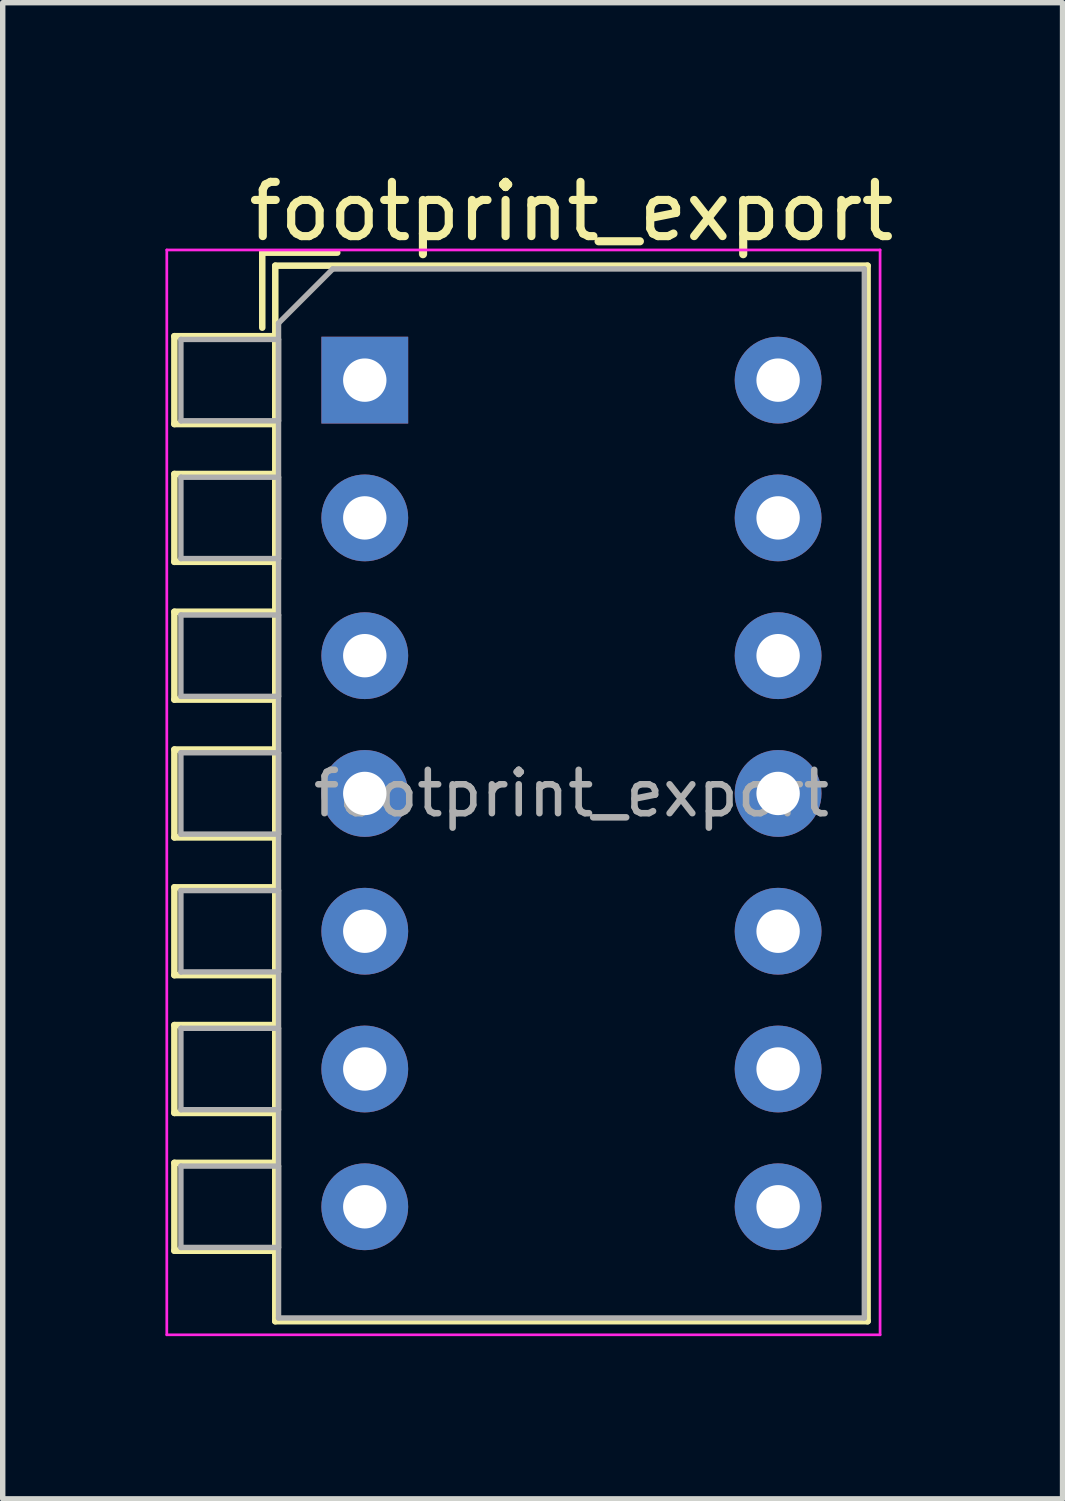
<source format=kicad_pcb>
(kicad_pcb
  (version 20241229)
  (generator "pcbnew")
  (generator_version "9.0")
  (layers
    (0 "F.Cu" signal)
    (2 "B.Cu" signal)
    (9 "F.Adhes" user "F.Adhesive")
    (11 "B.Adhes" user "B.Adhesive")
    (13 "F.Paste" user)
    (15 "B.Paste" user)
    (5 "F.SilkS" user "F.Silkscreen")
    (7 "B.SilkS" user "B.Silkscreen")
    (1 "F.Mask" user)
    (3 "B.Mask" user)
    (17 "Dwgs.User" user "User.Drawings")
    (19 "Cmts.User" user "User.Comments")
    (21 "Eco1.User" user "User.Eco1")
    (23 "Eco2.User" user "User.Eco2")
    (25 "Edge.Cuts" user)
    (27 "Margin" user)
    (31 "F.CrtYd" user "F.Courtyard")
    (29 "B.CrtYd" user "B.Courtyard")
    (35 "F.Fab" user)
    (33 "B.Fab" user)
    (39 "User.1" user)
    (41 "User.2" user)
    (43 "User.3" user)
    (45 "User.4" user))
  (footprint "footprint_export"
    (layer "F.Cu")
    (at 3.675 3.958)
    (property "Reference" "footprint_export" (at 3.81 -3.11 0) (layer "F.SilkS") (effects (font (size 1 1) (thickness 0.15))))
    (attr through_hole)
    (fp_line (start -3.51 -0.81) (end -3.51 0.81) (stroke (width 0.12) (type solid)) (layer "F.SilkS"))
    (fp_line (start -3.51 -0.81) (end -1.65 -0.81) (stroke (width 0.12) (type solid)) (layer "F.SilkS"))
    (fp_line (start -3.51 0.81) (end -1.65 0.81) (stroke (width 0.12) (type solid)) (layer "F.SilkS"))
    (fp_line (start -3.51 1.73) (end -3.51 3.35) (stroke (width 0.12) (type solid)) (layer "F.SilkS"))
    (fp_line (start -3.51 1.73) (end -1.65 1.73) (stroke (width 0.12) (type solid)) (layer "F.SilkS"))
    (fp_line (start -3.51 3.35) (end -1.65 3.35) (stroke (width 0.12) (type solid)) (layer "F.SilkS"))
    (fp_line (start -3.51 4.27) (end -3.51 5.89) (stroke (width 0.12) (type solid)) (layer "F.SilkS"))
    (fp_line (start -3.51 4.27) (end -1.65 4.27) (stroke (width 0.12) (type solid)) (layer "F.SilkS"))
    (fp_line (start -3.51 5.89) (end -1.65 5.89) (stroke (width 0.12) (type solid)) (layer "F.SilkS"))
    (fp_line (start -3.51 6.81) (end -3.51 8.43) (stroke (width 0.12) (type solid)) (layer "F.SilkS"))
    (fp_line (start -3.51 6.81) (end -1.65 6.81) (stroke (width 0.12) (type solid)) (layer "F.SilkS"))
    (fp_line (start -3.51 8.43) (end -1.65 8.43) (stroke (width 0.12) (type solid)) (layer "F.SilkS"))
    (fp_line (start -3.51 9.35) (end -3.51 10.97) (stroke (width 0.12) (type solid)) (layer "F.SilkS"))
    (fp_line (start -3.51 9.35) (end -1.65 9.35) (stroke (width 0.12) (type solid)) (layer "F.SilkS"))
    (fp_line (start -3.51 10.97) (end -1.65 10.97) (stroke (width 0.12) (type solid)) (layer "F.SilkS"))
    (fp_line (start -3.51 11.89) (end -3.51 13.51) (stroke (width 0.12) (type solid)) (layer "F.SilkS"))
    (fp_line (start -3.51 11.89) (end -1.65 11.89) (stroke (width 0.12) (type solid)) (layer "F.SilkS"))
    (fp_line (start -3.51 13.51) (end -1.65 13.51) (stroke (width 0.12) (type solid)) (layer "F.SilkS"))
    (fp_line (start -3.51 14.43) (end -3.51 16.05) (stroke (width 0.12) (type solid)) (layer "F.SilkS"))
    (fp_line (start -3.51 14.43) (end -1.65 14.43) (stroke (width 0.12) (type solid)) (layer "F.SilkS"))
    (fp_line (start -3.51 16.05) (end -1.65 16.05) (stroke (width 0.12) (type solid)) (layer "F.SilkS"))
    (fp_line (start -1.89 -2.35) (end -1.89 -0.967) (stroke (width 0.12) (type solid)) (layer "F.SilkS"))
    (fp_line (start -1.89 -2.35) (end -0.507 -2.35) (stroke (width 0.12) (type solid)) (layer "F.SilkS"))
    (fp_line (start -1.65 -2.11) (end -1.65 17.35) (stroke (width 0.12) (type solid)) (layer "F.SilkS"))
    (fp_line (start -1.65 -2.11) (end 9.27 -2.11) (stroke (width 0.12) (type solid)) (layer "F.SilkS"))
    (fp_line (start -1.65 -0.81) (end -1.65 0.81) (stroke (width 0.12) (type solid)) (layer "F.SilkS"))
    (fp_line (start -1.65 1.73) (end -1.65 3.35) (stroke (width 0.12) (type solid)) (layer "F.SilkS"))
    (fp_line (start -1.65 4.27) (end -1.65 5.89) (stroke (width 0.12) (type solid)) (layer "F.SilkS"))
    (fp_line (start -1.65 6.81) (end -1.65 8.43) (stroke (width 0.12) (type solid)) (layer "F.SilkS"))
    (fp_line (start -1.65 9.35) (end -1.65 10.97) (stroke (width 0.12) (type solid)) (layer "F.SilkS"))
    (fp_line (start -1.65 11.89) (end -1.65 13.51) (stroke (width 0.12) (type solid)) (layer "F.SilkS"))
    (fp_line (start -1.65 14.43) (end -1.65 16.05) (stroke (width 0.12) (type solid)) (layer "F.SilkS"))
    (fp_line (start -1.65 17.35) (end 9.27 17.35) (stroke (width 0.12) (type solid)) (layer "F.SilkS"))
    (fp_line (start 9.27 -2.11) (end 9.27 17.35) (stroke (width 0.12) (type solid)) (layer "F.SilkS"))
    (fp_line (start -3.65 -2.4) (end -3.65 17.6) (stroke (width 0.05) (type solid)) (layer "F.CrtYd"))
    (fp_line (start -3.65 17.6) (end 9.5 17.6) (stroke (width 0.05) (type solid)) (layer "F.CrtYd"))
    (fp_line (start 9.5 -2.4) (end -3.65 -2.4) (stroke (width 0.05) (type solid)) (layer "F.CrtYd"))
    (fp_line (start 9.5 17.6) (end 9.5 -2.4) (stroke (width 0.05) (type solid)) (layer "F.CrtYd"))
    (fp_line (start -3.39 -0.75) (end -1.59 -0.75) (stroke (width 0.1) (type solid)) (layer "F.Fab"))
    (fp_line (start -3.39 0.75) (end -3.39 -0.75) (stroke (width 0.1) (type solid)) (layer "F.Fab"))
    (fp_line (start -3.39 1.79) (end -1.59 1.79) (stroke (width 0.1) (type solid)) (layer "F.Fab"))
    (fp_line (start -3.39 3.29) (end -3.39 1.79) (stroke (width 0.1) (type solid)) (layer "F.Fab"))
    (fp_line (start -3.39 4.33) (end -1.59 4.33) (stroke (width 0.1) (type solid)) (layer "F.Fab"))
    (fp_line (start -3.39 5.83) (end -3.39 4.33) (stroke (width 0.1) (type solid)) (layer "F.Fab"))
    (fp_line (start -3.39 6.87) (end -1.59 6.87) (stroke (width 0.1) (type solid)) (layer "F.Fab"))
    (fp_line (start -3.39 8.37) (end -3.39 6.87) (stroke (width 0.1) (type solid)) (layer "F.Fab"))
    (fp_line (start -3.39 9.41) (end -1.59 9.41) (stroke (width 0.1) (type solid)) (layer "F.Fab"))
    (fp_line (start -3.39 10.91) (end -3.39 9.41) (stroke (width 0.1) (type solid)) (layer "F.Fab"))
    (fp_line (start -3.39 11.95) (end -1.59 11.95) (stroke (width 0.1) (type solid)) (layer "F.Fab"))
    (fp_line (start -3.39 13.45) (end -3.39 11.95) (stroke (width 0.1) (type solid)) (layer "F.Fab"))
    (fp_line (start -3.39 14.49) (end -1.59 14.49) (stroke (width 0.1) (type solid)) (layer "F.Fab"))
    (fp_line (start -3.39 15.99) (end -3.39 14.49) (stroke (width 0.1) (type solid)) (layer "F.Fab"))
    (fp_line (start -1.59 -1.05) (end -0.59 -2.05) (stroke (width 0.1) (type solid)) (layer "F.Fab"))
    (fp_line (start -1.59 -0.75) (end -1.59 0.75) (stroke (width 0.1) (type solid)) (layer "F.Fab"))
    (fp_line (start -1.59 0.75) (end -3.39 0.75) (stroke (width 0.1) (type solid)) (layer "F.Fab"))
    (fp_line (start -1.59 1.79) (end -1.59 3.29) (stroke (width 0.1) (type solid)) (layer "F.Fab"))
    (fp_line (start -1.59 3.29) (end -3.39 3.29) (stroke (width 0.1) (type solid)) (layer "F.Fab"))
    (fp_line (start -1.59 4.33) (end -1.59 5.83) (stroke (width 0.1) (type solid)) (layer "F.Fab"))
    (fp_line (start -1.59 5.83) (end -3.39 5.83) (stroke (width 0.1) (type solid)) (layer "F.Fab"))
    (fp_line (start -1.59 6.87) (end -1.59 8.37) (stroke (width 0.1) (type solid)) (layer "F.Fab"))
    (fp_line (start -1.59 8.37) (end -3.39 8.37) (stroke (width 0.1) (type solid)) (layer "F.Fab"))
    (fp_line (start -1.59 9.41) (end -1.59 10.91) (stroke (width 0.1) (type solid)) (layer "F.Fab"))
    (fp_line (start -1.59 10.91) (end -3.39 10.91) (stroke (width 0.1) (type solid)) (layer "F.Fab"))
    (fp_line (start -1.59 11.95) (end -1.59 13.45) (stroke (width 0.1) (type solid)) (layer "F.Fab"))
    (fp_line (start -1.59 13.45) (end -3.39 13.45) (stroke (width 0.1) (type solid)) (layer "F.Fab"))
    (fp_line (start -1.59 14.49) (end -1.59 15.99) (stroke (width 0.1) (type solid)) (layer "F.Fab"))
    (fp_line (start -1.59 15.99) (end -3.39 15.99) (stroke (width 0.1) (type solid)) (layer "F.Fab"))
    (fp_line (start -1.59 17.29) (end -1.59 -1.05) (stroke (width 0.1) (type solid)) (layer "F.Fab"))
    (fp_line (start -0.59 -2.05) (end 9.21 -2.05) (stroke (width 0.1) (type solid)) (layer "F.Fab"))
    (fp_line (start 9.21 -2.05) (end 9.21 17.29) (stroke (width 0.1) (type solid)) (layer "F.Fab"))
    (fp_line (start 9.21 17.29) (end -1.59 17.29) (stroke (width 0.1) (type solid)) (layer "F.Fab"))
    (fp_text user "${REFERENCE}" (at 3.81 7.62 0) (layer "F.Fab") (effects (font (size 0.8 0.8) (thickness 0.12))))
    (pad "1" thru_hole rect (at 0 0) (size 1.6 1.6) (drill 0.8) (layers "*.Cu" "*.Mask"))
    (pad "2" thru_hole oval (at 0 2.54) (size 1.6 1.6) (drill 0.8) (layers "*.Cu" "*.Mask"))
    (pad "3" thru_hole oval (at 0 5.08) (size 1.6 1.6) (drill 0.8) (layers "*.Cu" "*.Mask"))
    (pad "4" thru_hole oval (at 0 7.62) (size 1.6 1.6) (drill 0.8) (layers "*.Cu" "*.Mask"))
    (pad "5" thru_hole oval (at 0 10.16) (size 1.6 1.6) (drill 0.8) (layers "*.Cu" "*.Mask"))
    (pad "6" thru_hole oval (at 0 12.7) (size 1.6 1.6) (drill 0.8) (layers "*.Cu" "*.Mask"))
    (pad "7" thru_hole oval (at 0 15.24) (size 1.6 1.6) (drill 0.8) (layers "*.Cu" "*.Mask"))
    (pad "8" thru_hole oval (at 7.62 15.24) (size 1.6 1.6) (drill 0.8) (layers "*.Cu" "*.Mask"))
    (pad "9" thru_hole oval (at 7.62 12.7) (size 1.6 1.6) (drill 0.8) (layers "*.Cu" "*.Mask"))
    (pad "10" thru_hole oval (at 7.62 10.16) (size 1.6 1.6) (drill 0.8) (layers "*.Cu" "*.Mask"))
    (pad "11" thru_hole oval (at 7.62 7.62) (size 1.6 1.6) (drill 0.8) (layers "*.Cu" "*.Mask"))
    (pad "12" thru_hole oval (at 7.62 5.08) (size 1.6 1.6) (drill 0.8) (layers "*.Cu" "*.Mask"))
    (pad "13" thru_hole oval (at 7.62 2.54) (size 1.6 1.6) (drill 0.8) (layers "*.Cu" "*.Mask"))
    (pad "14" thru_hole oval (at 7.62 0) (size 1.6 1.6) (drill 0.8) (layers "*.Cu" "*.Mask")))
  (gr_rect
    (start -3 -3)
    (end 16.539 24.583)
    (stroke (width 0.1) (type default))
    (fill no)
    (layer "Edge.Cuts")))
</source>
